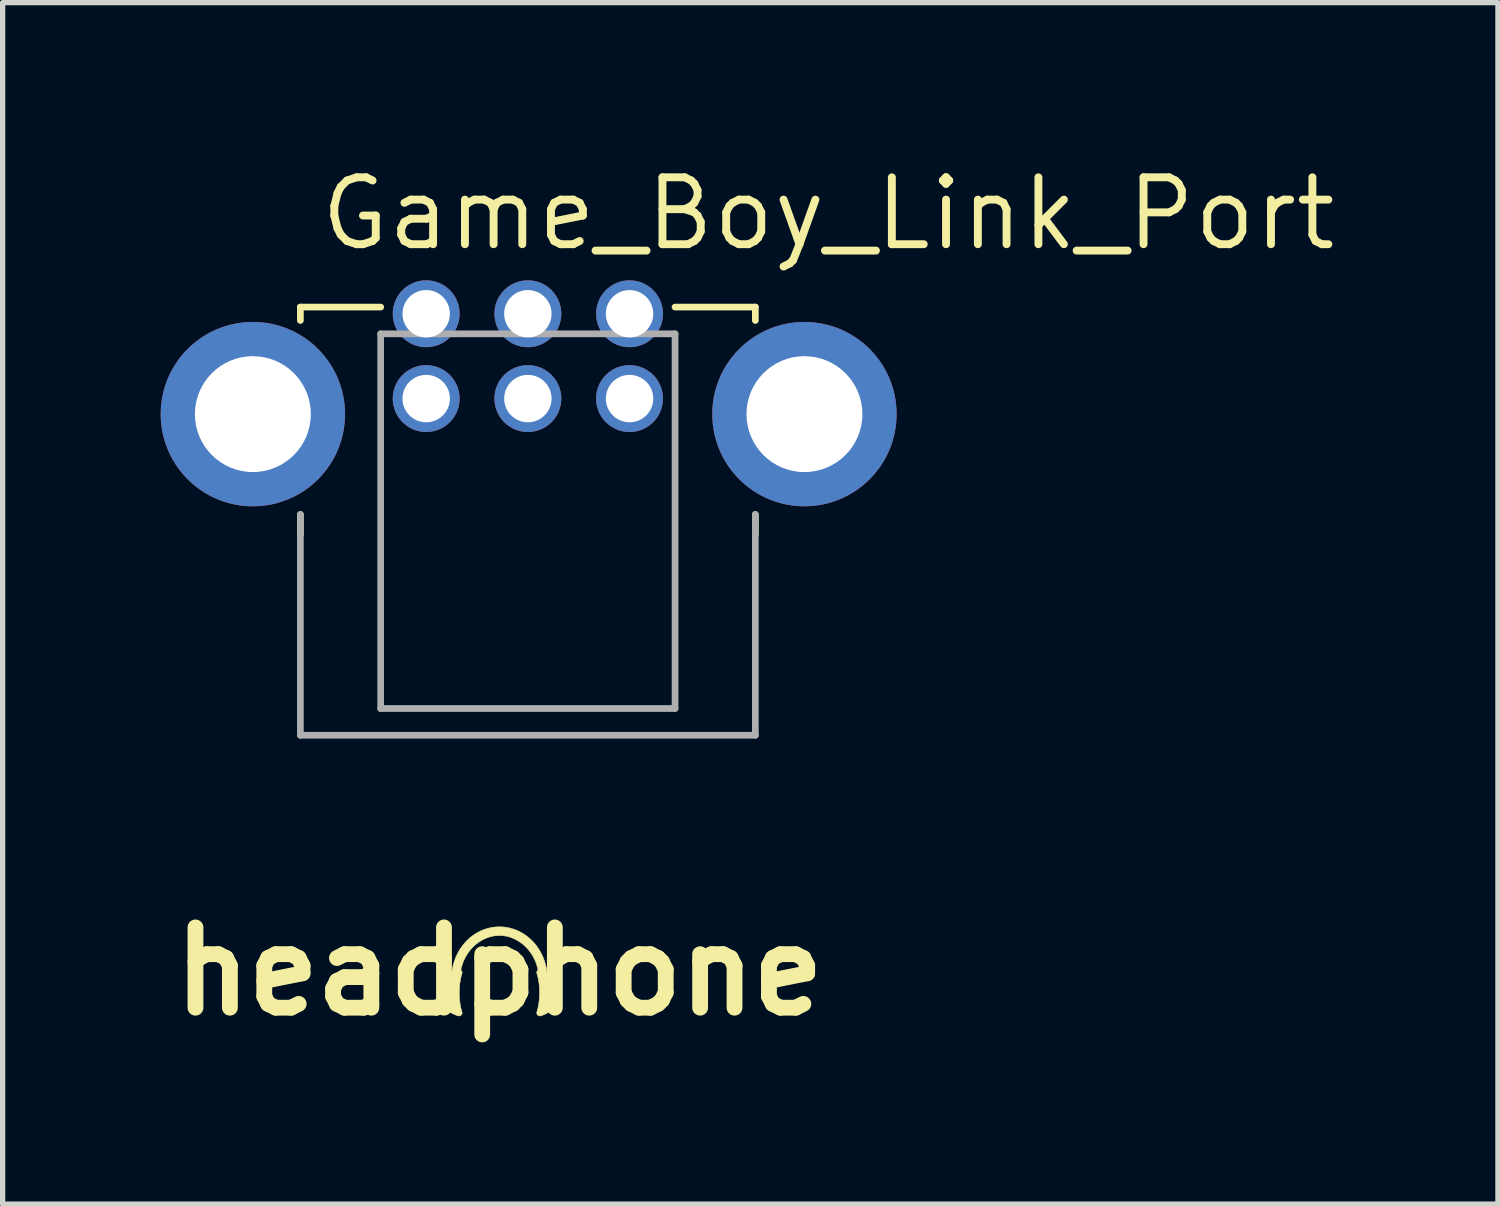
<source format=kicad_pcb>
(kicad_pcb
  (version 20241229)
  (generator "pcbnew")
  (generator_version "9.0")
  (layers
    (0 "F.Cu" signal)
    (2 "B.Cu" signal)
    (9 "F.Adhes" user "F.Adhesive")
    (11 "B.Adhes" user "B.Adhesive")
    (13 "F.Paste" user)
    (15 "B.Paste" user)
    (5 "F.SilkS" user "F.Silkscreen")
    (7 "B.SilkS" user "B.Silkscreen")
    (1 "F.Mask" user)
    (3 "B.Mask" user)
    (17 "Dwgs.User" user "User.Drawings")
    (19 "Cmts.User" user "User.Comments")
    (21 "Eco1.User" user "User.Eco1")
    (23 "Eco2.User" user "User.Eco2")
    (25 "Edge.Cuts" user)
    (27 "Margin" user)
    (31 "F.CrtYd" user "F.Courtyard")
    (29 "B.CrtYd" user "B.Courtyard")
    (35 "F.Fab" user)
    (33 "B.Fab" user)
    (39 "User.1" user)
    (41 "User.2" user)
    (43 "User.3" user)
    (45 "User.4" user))
  (footprint "headphone"
    (layer "F.Cu")
    (at 6.43 15.389)
    (property "Reference" "headphone" (at 0 0 0) (layer "F.SilkS") (effects (font (size 1.524 1.524) (thickness 0.3))))
    (attr through_hole)
    (fp_poly (pts (xy 0.031 -0.845) (xy 0.069 -0.843) (xy 0.073 -0.843) (xy 0.11 -0.839) (xy 0.147 -0.833) (xy 0.184 -0.826) (xy 0.22 -0.817) (xy 0.256 -0.806) (xy 0.292 -0.794) (xy 0.327 -0.78) (xy 0.362 -0.765) (xy 0.396 -0.748) (xy 0.429 -0.729) (xy 0.44 -0.723) (xy 0.454 -0.714) (xy 0.47 -0.705) (xy 0.485 -0.694) (xy 0.501 -0.683) (xy 0.517 -0.672) (xy 0.531 -0.66) (xy 0.545 -0.649) (xy 0.549 -0.646) (xy 0.579 -0.62) (xy 0.609 -0.593) (xy 0.637 -0.564) (xy 0.663 -0.535) (xy 0.689 -0.504) (xy 0.713 -0.472) (xy 0.736 -0.439) (xy 0.758 -0.405) (xy 0.778 -0.37) (xy 0.797 -0.335) (xy 0.815 -0.298) (xy 0.831 -0.26) (xy 0.846 -0.222) (xy 0.856 -0.192) (xy 0.864 -0.167) (xy 0.871 -0.142) (xy 0.878 -0.118) (xy 0.884 -0.093) (xy 0.889 -0.068) (xy 0.893 -0.041) (xy 0.898 -0.014) (xy 0.899 -0.003) (xy 0.902 0.016) (xy 0.914 0.023) (xy 0.938 0.038) (xy 0.96 0.052) (xy 0.981 0.068) (xy 1.001 0.084) (xy 1.02 0.102) (xy 1.031 0.112) (xy 1.05 0.133) (xy 1.068 0.154) (xy 1.084 0.175) (xy 1.099 0.198) (xy 1.112 0.221) (xy 1.124 0.244) (xy 1.134 0.268) (xy 1.142 0.292) (xy 1.149 0.317) (xy 1.154 0.343) (xy 1.157 0.369) (xy 1.158 0.381) (xy 1.159 0.387) (xy 1.159 0.394) (xy 1.159 0.402) (xy 1.159 0.411) (xy 1.159 0.42) (xy 1.158 0.428) (xy 1.158 0.435) (xy 1.157 0.442) (xy 1.157 0.442) (xy 1.154 0.468) (xy 1.149 0.494) (xy 1.142 0.519) (xy 1.134 0.543) (xy 1.124 0.567) (xy 1.112 0.59) (xy 1.099 0.613) (xy 1.084 0.636) (xy 1.076 0.647) (xy 1.068 0.658) (xy 1.06 0.667) (xy 1.052 0.676) (xy 1.044 0.685) (xy 1.035 0.695) (xy 1.03 0.699) (xy 1.009 0.72) (xy 0.986 0.739) (xy 0.962 0.757) (xy 0.936 0.774) (xy 0.91 0.79) (xy 0.882 0.805) (xy 0.854 0.818) (xy 0.824 0.83) (xy 0.801 0.838) (xy 0.78 0.845) (xy 0.77 0.846) (xy 0.763 0.846) (xy 0.757 0.845) (xy 0.752 0.844) (xy 0.747 0.843) (xy 0.742 0.84) (xy 0.734 0.835) (xy 0.726 0.829) (xy 0.72 0.822) (xy 0.715 0.813) (xy 0.711 0.804) (xy 0.711 0.803) (xy 0.71 0.798) (xy 0.709 0.793) (xy 0.709 0.788) (xy 0.709 0.782) (xy 0.71 0.777) (xy 0.711 0.773) (xy 0.711 0.771) (xy 0.712 0.768) (xy 0.714 0.764) (xy 0.715 0.759) (xy 0.717 0.753) (xy 0.717 0.751) (xy 0.725 0.724) (xy 0.732 0.695) (xy 0.739 0.665) (xy 0.744 0.634) (xy 0.749 0.602) (xy 0.753 0.569) (xy 0.757 0.535) (xy 0.759 0.508) (xy 0.761 0.473) (xy 0.762 0.438) (xy 0.762 0.402) (xy 0.762 0.366) (xy 0.761 0.33) (xy 0.759 0.303) (xy 0.756 0.268) (xy 0.753 0.234) (xy 0.748 0.201) (xy 0.743 0.169) (xy 0.737 0.138) (xy 0.73 0.108) (xy 0.723 0.08) (xy 0.717 0.06) (xy 0.716 0.055) (xy 0.714 0.049) (xy 0.713 0.045) (xy 0.711 0.041) (xy 0.711 0.038) (xy 0.711 0.038) (xy 0.71 0.034) (xy 0.709 0.028) (xy 0.709 0.023) (xy 0.709 0.018) (xy 0.709 0.015) (xy 0.71 0.012) (xy 0.71 0.009) (xy 0.711 0.006) (xy 0.712 0.006) (xy 0.715 -0.003) (xy 0.72 -0.011) (xy 0.725 -0.018) (xy 0.731 -0.023) (xy 0.734 -0.025) (xy 0.73 -0.04) (xy 0.722 -0.077) (xy 0.711 -0.113) (xy 0.699 -0.15) (xy 0.686 -0.185) (xy 0.67 -0.22) (xy 0.654 -0.255) (xy 0.636 -0.288) (xy 0.617 -0.319) (xy 0.597 -0.349) (xy 0.576 -0.378) (xy 0.554 -0.407) (xy 0.53 -0.434) (xy 0.505 -0.46) (xy 0.479 -0.485) (xy 0.452 -0.509) (xy 0.435 -0.524) (xy 0.407 -0.545) (xy 0.379 -0.564) (xy 0.35 -0.582) (xy 0.32 -0.599) (xy 0.29 -0.614) (xy 0.259 -0.628) (xy 0.227 -0.64) (xy 0.196 -0.651) (xy 0.164 -0.66) (xy 0.132 -0.668) (xy 0.099 -0.673) (xy 0.086 -0.675) (xy 0.059 -0.678) (xy 0.031 -0.68) (xy 0.003 -0.681) (xy -0.025 -0.68) (xy -0.053 -0.679) (xy -0.064 -0.678) (xy -0.097 -0.674) (xy -0.13 -0.668) (xy -0.162 -0.66) (xy -0.195 -0.651) (xy -0.226 -0.641) (xy -0.258 -0.628) (xy -0.288 -0.615) (xy -0.319 -0.599) (xy -0.348 -0.583) (xy -0.377 -0.565) (xy -0.406 -0.545) (xy -0.433 -0.524) (xy -0.46 -0.502) (xy -0.486 -0.478) (xy -0.512 -0.453) (xy -0.536 -0.427) (xy -0.559 -0.399) (xy -0.561 -0.397) (xy -0.583 -0.368) (xy -0.604 -0.338) (xy -0.624 -0.307) (xy -0.642 -0.275) (xy -0.66 -0.242) (xy -0.675 -0.208) (xy -0.69 -0.174) (xy -0.702 -0.138) (xy -0.714 -0.103) (xy -0.72 -0.079) (xy -0.722 -0.074) (xy -0.723 -0.069) (xy -0.724 -0.063) (xy -0.726 -0.057) (xy -0.727 -0.05) (xy -0.729 -0.044) (xy -0.73 -0.039) (xy -0.731 -0.034) (xy -0.732 -0.03) (xy -0.732 -0.027) (xy -0.732 -0.026) (xy -0.732 -0.024) (xy -0.73 -0.022) (xy -0.729 -0.021) (xy -0.723 -0.015) (xy -0.717 -0.008) (xy -0.713 0.000044) (xy -0.71 0.009) (xy -0.708 0.017) (xy -0.708 0.026) (xy -0.709 0.032) (xy -0.71 0.035) (xy -0.711 0.039) (xy -0.712 0.044) (xy -0.713 0.049) (xy -0.715 0.055) (xy -0.716 0.057) (xy -0.725 0.088) (xy -0.732 0.12) (xy -0.739 0.154) (xy -0.745 0.188) (xy -0.751 0.223) (xy -0.755 0.259) (xy -0.758 0.296) (xy -0.76 0.333) (xy -0.761 0.37) (xy -0.762 0.407) (xy -0.761 0.445) (xy -0.76 0.482) (xy -0.758 0.519) (xy -0.754 0.555) (xy -0.75 0.591) (xy -0.745 0.626) (xy -0.739 0.661) (xy -0.732 0.694) (xy -0.724 0.727) (xy -0.715 0.758) (xy -0.715 0.758) (xy -0.712 0.766) (xy -0.711 0.772) (xy -0.709 0.777) (xy -0.708 0.782) (xy -0.708 0.786) (xy -0.708 0.79) (xy -0.708 0.794) (xy -0.709 0.795) (xy -0.71 0.804) (xy -0.713 0.812) (xy -0.717 0.819) (xy -0.723 0.826) (xy -0.726 0.829) (xy -0.729 0.833) (xy -0.733 0.835) (xy -0.736 0.837) (xy -0.739 0.839) (xy -0.74 0.84) (xy -0.746 0.842) (xy -0.751 0.844) (xy -0.756 0.845) (xy -0.762 0.846) (xy -0.767 0.846) (xy -0.772 0.846) (xy -0.775 0.845) (xy -0.779 0.845) (xy -0.782 0.844) (xy -0.787 0.843) (xy -0.793 0.841) (xy -0.8 0.839) (xy -0.808 0.836) (xy -0.816 0.833) (xy -0.824 0.83) (xy -0.832 0.827) (xy -0.839 0.824) (xy -0.868 0.811) (xy -0.897 0.797) (xy -0.924 0.781) (xy -0.95 0.765) (xy -0.976 0.747) (xy -1 0.727) (xy -1.002 0.725) (xy -1.007 0.721) (xy -1.013 0.715) (xy -1.02 0.709) (xy -1.026 0.703) (xy -1.033 0.696) (xy -1.04 0.689) (xy -1.046 0.683) (xy -1.051 0.677) (xy -1.056 0.672) (xy -1.056 0.671) (xy -1.074 0.649) (xy -1.089 0.627) (xy -1.103 0.605) (xy -1.116 0.582) (xy -1.119 0.575) (xy -1.13 0.551) (xy -1.138 0.527) (xy -1.146 0.503) (xy -1.151 0.478) (xy -1.155 0.453) (xy -1.158 0.428) (xy -1.158 0.403) (xy -1.157 0.378) (xy -1.155 0.354) (xy -1.151 0.329) (xy -1.145 0.304) (xy -1.137 0.28) (xy -1.128 0.255) (xy -1.117 0.232) (xy -1.104 0.208) (xy -1.09 0.186) (xy -1.09 0.185) (xy -1.085 0.178) (xy -1.08 0.171) (xy -1.074 0.163) (xy -1.068 0.155) (xy -1.062 0.147) (xy -1.057 0.14) (xy -1.055 0.139) (xy -1.051 0.134) (xy -1.045 0.128) (xy -1.039 0.121) (xy -1.032 0.114) (xy -1.025 0.107) (xy -1.018 0.1) (xy -1.011 0.094) (xy -1.005 0.088) (xy -0.999 0.083) (xy -0.997 0.082) (xy -0.98 0.067) (xy -0.961 0.054) (xy -0.95 0.046) (xy -0.945 0.043) (xy -0.94 0.04) (xy -0.935 0.036) (xy -0.929 0.033) (xy -0.923 0.029) (xy -0.918 0.026) (xy -0.913 0.023) (xy -0.909 0.021) (xy -0.906 0.019) (xy -0.905 0.019) (xy -0.903 0.017) (xy -0.902 0.016) (xy -0.901 0.014) (xy -0.901 0.013) (xy -0.901 0.01) (xy -0.9 0.005) (xy -0.899 0.000431) (xy -0.898 -0.005) (xy -0.898 -0.009) (xy -0.891 -0.052) (xy -0.883 -0.093) (xy -0.873 -0.134) (xy -0.861 -0.174) (xy -0.848 -0.213) (xy -0.834 -0.252) (xy -0.818 -0.29) (xy -0.8 -0.327) (xy -0.781 -0.363) (xy -0.761 -0.399) (xy -0.739 -0.434) (xy -0.716 -0.467) (xy -0.694 -0.496) (xy -0.672 -0.523) (xy -0.649 -0.55) (xy -0.625 -0.576) (xy -0.6 -0.6) (xy -0.575 -0.624) (xy -0.559 -0.638) (xy -0.529 -0.662) (xy -0.498 -0.685) (xy -0.466 -0.707) (xy -0.434 -0.727) (xy -0.401 -0.745) (xy -0.367 -0.762) (xy -0.333 -0.778) (xy -0.298 -0.791) (xy -0.263 -0.804) (xy -0.227 -0.815) (xy -0.191 -0.824) (xy -0.155 -0.832) (xy -0.118 -0.838) (xy -0.081 -0.842) (xy -0.044 -0.845) (xy -0.006 -0.846) (xy 0.031 -0.845)) (stroke (width 0.01) (type solid)) (fill yes) (layer "F.SilkS")))
  (footprint "Game_Boy_Link_Port"
    (layer "F.Cu")
    (at 6.97 2.906)
    (property "Reference" "Game_Boy_Link_Port" (at 5.7 -1.9 0) (layer "F.SilkS") (effects (font (size 1.27 1.27) (thickness 0.15))))
    (attr through_hole)
    (fp_line (start -4.318 0.127) (end -4.318 -0.127) (stroke (width 0.127) (type solid)) (layer "F.SilkS"))
    (fp_line (start -4.318 4.191) (end -4.318 3.81) (stroke (width 0.127) (type solid)) (layer "F.SilkS"))
    (fp_line (start -2.794 -0.127) (end -4.318 -0.127) (stroke (width 0.127) (type solid)) (layer "F.SilkS"))
    (fp_line (start 4.318 -0.127) (end 2.794 -0.127) (stroke (width 0.127) (type solid)) (layer "F.SilkS"))
    (fp_line (start 4.318 0.127) (end 4.318 -0.127) (stroke (width 0.127) (type solid)) (layer "F.SilkS"))
    (fp_line (start 4.318 4.191) (end 4.318 3.81) (stroke (width 0.127) (type solid)) (layer "F.SilkS"))
    (fp_line (start -4.318 8.001) (end -4.318 3.81) (stroke (width 0.127) (type solid)) (layer "F.Fab"))
    (fp_line (start -4.318 8.001) (end 4.318 8.001) (stroke (width 0.127) (type solid)) (layer "F.Fab"))
    (fp_line (start -2.794 0.381) (end -2.794 7.493) (stroke (width 0.127) (type solid)) (layer "F.Fab"))
    (fp_line (start -2.794 0.381) (end 2.794 0.381) (stroke (width 0.127) (type solid)) (layer "F.Fab"))
    (fp_line (start -2.794 7.493) (end 2.794 7.493) (stroke (width 0.127) (type solid)) (layer "F.Fab"))
    (fp_line (start 2.794 7.493) (end 2.794 0.381) (stroke (width 0.127) (type solid)) (layer "F.Fab"))
    (fp_line (start 4.318 8.001) (end 4.318 3.81) (stroke (width 0.127) (type solid)) (layer "F.Fab"))
    (pad "" np_thru_hole circle (at -5.22 1.905 270) (size 3.5 3.5) (drill 2.2) (layers "*.Cu" "*.Mask"))
    (pad "" np_thru_hole circle (at 5.25 1.905 270) (size 3.5 3.5) (drill 2.2) (layers "*.Cu" "*.Mask"))
    (pad "1" thru_hole circle (at 1.93 0 90) (size 1.27 1.27) (drill 0.9) (layers "*.Cu" "*.Mask"))
    (pad "2" thru_hole circle (at 1.93 1.61 270) (size 1.27 1.27) (drill 0.9) (layers "*.Cu" "*.Mask"))
    (pad "3" thru_hole circle (at 0 0 90) (size 1.27 1.27) (drill 0.9) (layers "*.Cu" "*.Mask"))
    (pad "4" thru_hole circle (at 0 1.61 270) (size 1.27 1.27) (drill 0.9) (layers "*.Cu" "*.Mask"))
    (pad "5" thru_hole circle (at -1.93 0 90) (size 1.27 1.27) (drill 0.9) (layers "*.Cu" "*.Mask"))
    (pad "6" thru_hole circle (at -1.93 1.61 270) (size 1.27 1.27) (drill 0.9) (layers "*.Cu" "*.Mask")))
  (gr_rect
    (start -3 -3)
    (end 25.384 19.807)
    (stroke (width 0.1) (type default))
    (fill no)
    (layer "Edge.Cuts")))
</source>
